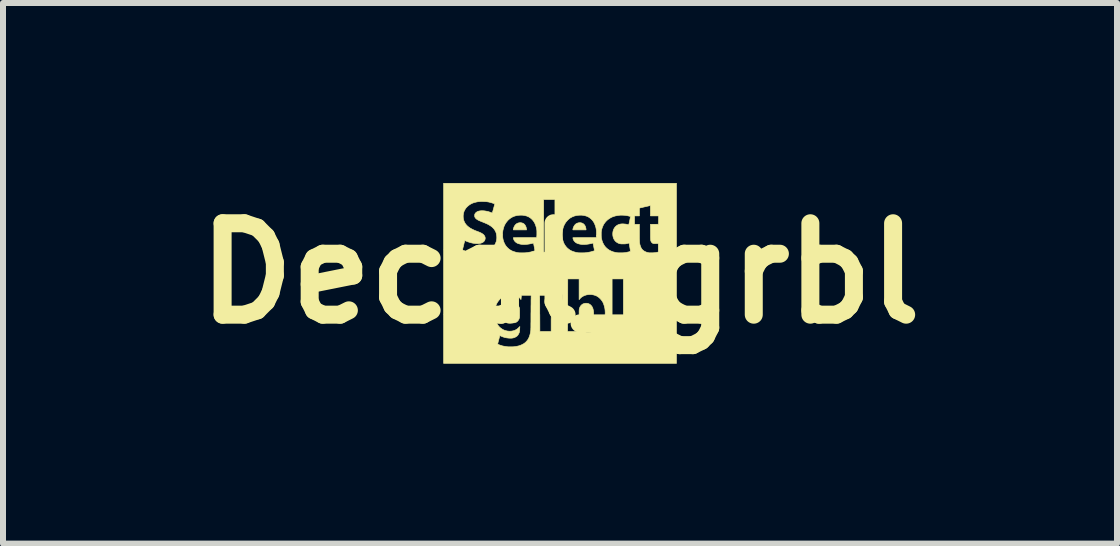
<source format=kicad_pcb>
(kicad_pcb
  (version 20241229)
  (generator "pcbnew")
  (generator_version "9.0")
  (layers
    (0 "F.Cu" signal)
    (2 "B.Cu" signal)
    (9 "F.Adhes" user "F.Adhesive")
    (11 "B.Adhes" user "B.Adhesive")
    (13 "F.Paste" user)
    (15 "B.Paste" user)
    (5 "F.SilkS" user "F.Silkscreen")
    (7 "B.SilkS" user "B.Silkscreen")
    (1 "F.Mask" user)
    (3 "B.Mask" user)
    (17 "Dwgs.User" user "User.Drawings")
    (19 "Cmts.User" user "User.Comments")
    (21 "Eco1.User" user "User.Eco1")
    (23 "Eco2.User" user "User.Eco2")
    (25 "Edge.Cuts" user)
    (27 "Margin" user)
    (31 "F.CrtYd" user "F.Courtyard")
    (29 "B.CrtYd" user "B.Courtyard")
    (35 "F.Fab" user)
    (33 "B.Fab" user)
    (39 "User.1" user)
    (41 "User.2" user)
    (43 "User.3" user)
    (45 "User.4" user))
  (footprint "Decal_grbl"
    (layer "F.Cu")
    (at 6.285 1.506)
    (property "Reference" "Decal_grbl" (at 0 0 0) (layer "F.SilkS") (effects (font (size 1.524 1.524) (thickness 0.3))))
    (attr through_hole)
    (fp_poly (pts (xy -0.647 -0.843) (xy -0.627 -0.838) (xy -0.609 -0.83) (xy -0.594 -0.818) (xy -0.582 -0.803) (xy -0.572 -0.785) (xy -0.564 -0.764) (xy -0.56 -0.74) (xy -0.56 -0.738) (xy -0.558 -0.724) (xy -0.779 -0.724) (xy -0.779 -0.729) (xy -0.778 -0.737) (xy -0.776 -0.747) (xy -0.772 -0.759) (xy -0.768 -0.77) (xy -0.763 -0.781) (xy -0.762 -0.783) (xy -0.75 -0.802) (xy -0.735 -0.818) (xy -0.719 -0.83) (xy -0.7 -0.838) (xy -0.68 -0.843) (xy -0.658 -0.844) (xy -0.647 -0.843)) (stroke (width 0.01) (type solid)) (fill yes) (layer "F.SilkS"))
    (fp_poly (pts (xy 0.346 -0.843) (xy 0.366 -0.838) (xy 0.383 -0.83) (xy 0.398 -0.818) (xy 0.411 -0.803) (xy 0.421 -0.785) (xy 0.428 -0.764) (xy 0.433 -0.74) (xy 0.433 -0.738) (xy 0.434 -0.724) (xy 0.214 -0.724) (xy 0.214 -0.729) (xy 0.215 -0.737) (xy 0.217 -0.747) (xy 0.221 -0.759) (xy 0.225 -0.77) (xy 0.23 -0.781) (xy 0.231 -0.783) (xy 0.243 -0.802) (xy 0.257 -0.818) (xy 0.274 -0.83) (xy 0.293 -0.838) (xy 0.313 -0.843) (xy 0.334 -0.844) (xy 0.346 -0.843)) (stroke (width 0.01) (type solid)) (fill yes) (layer "F.SilkS"))
    (fp_poly (pts (xy 0.456 0.501) (xy 0.465 0.502) (xy 0.485 0.51) (xy 0.503 0.521) (xy 0.519 0.536) (xy 0.532 0.553) (xy 0.539 0.565) (xy 0.549 0.59) (xy 0.556 0.618) (xy 0.56 0.647) (xy 0.56 0.677) (xy 0.56 0.681) (xy 0.557 0.711) (xy 0.551 0.738) (xy 0.542 0.762) (xy 0.531 0.782) (xy 0.517 0.799) (xy 0.501 0.813) (xy 0.482 0.824) (xy 0.468 0.829) (xy 0.455 0.831) (xy 0.44 0.833) (xy 0.424 0.833) (xy 0.411 0.832) (xy 0.407 0.831) (xy 0.387 0.824) (xy 0.369 0.814) (xy 0.353 0.8) (xy 0.339 0.784) (xy 0.328 0.764) (xy 0.322 0.749) (xy 0.321 0.744) (xy 0.32 0.734) (xy 0.319 0.722) (xy 0.318 0.708) (xy 0.318 0.692) (xy 0.318 0.675) (xy 0.318 0.658) (xy 0.318 0.642) (xy 0.318 0.627) (xy 0.319 0.614) (xy 0.32 0.603) (xy 0.32 0.598) (xy 0.326 0.577) (xy 0.335 0.557) (xy 0.347 0.539) (xy 0.362 0.524) (xy 0.379 0.512) (xy 0.399 0.504) (xy 0.4 0.504) (xy 0.412 0.501) (xy 0.427 0.499) (xy 0.442 0.499) (xy 0.456 0.501)) (stroke (width 0.01) (type solid)) (fill yes) (layer "F.SilkS"))
    (fp_poly (pts (xy -0.753 0.499) (xy -0.735 0.505) (xy -0.718 0.515) (xy -0.704 0.528) (xy -0.691 0.545) (xy -0.682 0.564) (xy -0.678 0.575) (xy -0.677 0.579) (xy -0.676 0.583) (xy -0.675 0.588) (xy -0.675 0.594) (xy -0.675 0.602) (xy -0.674 0.613) (xy -0.674 0.626) (xy -0.674 0.643) (xy -0.674 0.66) (xy -0.674 0.68) (xy -0.674 0.697) (xy -0.674 0.71) (xy -0.675 0.72) (xy -0.675 0.728) (xy -0.676 0.734) (xy -0.676 0.739) (xy -0.677 0.743) (xy -0.678 0.746) (xy -0.687 0.768) (xy -0.698 0.786) (xy -0.711 0.801) (xy -0.727 0.813) (xy -0.745 0.821) (xy -0.765 0.825) (xy -0.786 0.826) (xy -0.794 0.825) (xy -0.814 0.821) (xy -0.833 0.813) (xy -0.85 0.801) (xy -0.865 0.786) (xy -0.877 0.767) (xy -0.888 0.745) (xy -0.895 0.72) (xy -0.898 0.71) (xy -0.899 0.699) (xy -0.9 0.686) (xy -0.9 0.67) (xy -0.9 0.654) (xy -0.899 0.638) (xy -0.898 0.623) (xy -0.896 0.612) (xy -0.889 0.586) (xy -0.879 0.563) (xy -0.867 0.543) (xy -0.853 0.527) (xy -0.836 0.513) (xy -0.818 0.504) (xy -0.798 0.498) (xy -0.793 0.497) (xy -0.773 0.496) (xy -0.753 0.499)) (stroke (width 0.01) (type solid)) (fill yes) (layer "F.SilkS"))
    (fp_poly (pts (xy 1.941 1.501) (xy -1.941 1.501) (xy -1.941 0.668) (xy -1.091 0.668) (xy -1.091 0.687) (xy -1.09 0.704) (xy -1.089 0.719) (xy -1.088 0.727) (xy -1.081 0.764) (xy -1.07 0.798) (xy -1.056 0.829) (xy -1.039 0.858) (xy -1.02 0.883) (xy -1.014 0.89) (xy -0.99 0.912) (xy -0.964 0.93) (xy -0.937 0.945) (xy -0.908 0.955) (xy -0.877 0.962) (xy -0.844 0.965) (xy -0.835 0.965) (xy -0.805 0.963) (xy -0.776 0.957) (xy -0.75 0.948) (xy -0.725 0.935) (xy -0.702 0.918) (xy -0.687 0.903) (xy -0.67 0.886) (xy -0.672 0.924) (xy -0.672 0.942) (xy -0.673 0.956) (xy -0.675 0.969) (xy -0.677 0.979) (xy -0.681 0.99) (xy -0.685 1) (xy -0.689 1.007) (xy -0.7 1.027) (xy -0.715 1.044) (xy -0.733 1.057) (xy -0.754 1.068) (xy -0.764 1.072) (xy -0.786 1.078) (xy -0.811 1.081) (xy -0.837 1.081) (xy -0.865 1.079) (xy -0.894 1.075) (xy -0.923 1.069) (xy -0.951 1.06) (xy -0.978 1.049) (xy -0.984 1.047) (xy -1.003 1.037) (xy -1.005 1.045) (xy -1.013 1.075) (xy -1.02 1.101) (xy -1.026 1.124) (xy -1.031 1.142) (xy -1.034 1.157) (xy -1.037 1.168) (xy -1.039 1.175) (xy -1.039 1.178) (xy -1.039 1.178) (xy -1.037 1.18) (xy -1.032 1.184) (xy -1.024 1.188) (xy -1.013 1.192) (xy -1 1.197) (xy -0.987 1.201) (xy -0.972 1.206) (xy -0.958 1.21) (xy -0.955 1.211) (xy -0.939 1.214) (xy -0.921 1.217) (xy -0.902 1.22) (xy -0.884 1.223) (xy -0.872 1.224) (xy -0.864 1.225) (xy -0.852 1.225) (xy -0.838 1.225) (xy -0.823 1.225) (xy -0.807 1.225) (xy -0.792 1.225) (xy -0.779 1.224) (xy -0.768 1.224) (xy -0.765 1.223) (xy -0.729 1.218) (xy -0.695 1.211) (xy -0.662 1.201) (xy -0.633 1.188) (xy -0.606 1.174) (xy -0.604 1.172) (xy -0.58 1.155) (xy -0.559 1.134) (xy -0.541 1.112) (xy -0.525 1.086) (xy -0.512 1.057) (xy -0.502 1.025) (xy -0.493 0.99) (xy -0.491 0.974) (xy -0.49 0.97) (xy -0.49 0.969) (xy 0.125 0.969) (xy 0.205 0.969) (xy 0.285 0.968) (xy 0.288 0.927) (xy 0.289 0.915) (xy 0.29 0.904) (xy 0.291 0.895) (xy 0.292 0.888) (xy 0.293 0.886) (xy 0.293 0.886) (xy 0.294 0.887) (xy 0.297 0.891) (xy 0.301 0.896) (xy 0.317 0.917) (xy 0.337 0.935) (xy 0.358 0.951) (xy 0.382 0.964) (xy 0.405 0.973) (xy 0.419 0.976) (xy 0.432 0.979) (xy 0.445 0.981) (xy 0.459 0.981) (xy 0.476 0.981) (xy 0.482 0.981) (xy 0.5 0.98) (xy 0.515 0.979) (xy 0.528 0.977) (xy 0.534 0.976) (xy 0.566 0.966) (xy 0.596 0.953) (xy 0.624 0.936) (xy 0.65 0.916) (xy 0.673 0.893) (xy 0.694 0.866) (xy 0.712 0.837) (xy 0.716 0.828) (xy 0.73 0.797) (xy 0.74 0.762) (xy 0.748 0.726) (xy 0.752 0.689) (xy 0.753 0.652) (xy 0.751 0.615) (xy 0.746 0.578) (xy 0.737 0.543) (xy 0.726 0.509) (xy 0.719 0.492) (xy 0.706 0.468) (xy 0.689 0.445) (xy 0.671 0.424) (xy 0.651 0.406) (xy 0.638 0.395) (xy 0.612 0.379) (xy 0.584 0.367) (xy 0.555 0.359) (xy 0.523 0.354) (xy 0.502 0.353) (xy 0.469 0.355) (xy 0.439 0.36) (xy 0.411 0.369) (xy 0.385 0.381) (xy 0.361 0.396) (xy 0.339 0.415) (xy 0.335 0.42) (xy 0.318 0.439) (xy 0.318 0.093) (xy 0.868 0.093) (xy 0.868 0.969) (xy 1.056 0.969) (xy 1.056 0.093) (xy 0.868 0.093) (xy 0.318 0.093) (xy 0.129 0.093) (xy 0.128 0.514) (xy 0.128 0.556) (xy 0.128 0.597) (xy 0.128 0.637) (xy 0.128 0.676) (xy 0.128 0.713) (xy 0.127 0.748) (xy 0.127 0.781) (xy 0.127 0.812) (xy 0.127 0.84) (xy 0.127 0.866) (xy 0.127 0.888) (xy 0.126 0.908) (xy 0.126 0.924) (xy 0.126 0.937) (xy 0.126 0.946) (xy 0.126 0.951) (xy 0.126 0.952) (xy 0.125 0.969) (xy -0.49 0.969) (xy -0.489 0.965) (xy -0.489 0.961) (xy -0.488 0.956) (xy -0.488 0.951) (xy -0.488 0.945) (xy -0.487 0.937) (xy -0.487 0.928) (xy -0.487 0.918) (xy -0.486 0.906) (xy -0.486 0.892) (xy -0.486 0.875) (xy -0.486 0.856) (xy -0.486 0.834) (xy -0.485 0.809) (xy -0.485 0.781) (xy -0.485 0.749) (xy -0.485 0.714) (xy -0.485 0.674) (xy -0.485 0.673) (xy -0.484 0.639) (xy -0.484 0.606) (xy -0.484 0.574) (xy -0.484 0.544) (xy -0.483 0.516) (xy -0.483 0.489) (xy -0.483 0.465) (xy -0.483 0.443) (xy -0.482 0.425) (xy -0.482 0.409) (xy -0.482 0.397) (xy -0.482 0.388) (xy -0.481 0.384) (xy -0.481 0.384) (xy -0.48 0.366) (xy -0.341 0.366) (xy -0.34 0.386) (xy -0.34 0.39) (xy -0.34 0.399) (xy -0.339 0.411) (xy -0.339 0.426) (xy -0.339 0.445) (xy -0.339 0.467) (xy -0.339 0.491) (xy -0.338 0.518) (xy -0.338 0.546) (xy -0.338 0.577) (xy -0.338 0.609) (xy -0.338 0.642) (xy -0.338 0.677) (xy -0.337 0.687) (xy -0.336 0.969) (xy -0.148 0.969) (xy -0.148 0.8) (xy -0.148 0.768) (xy -0.147 0.74) (xy -0.147 0.716) (xy -0.147 0.695) (xy -0.147 0.677) (xy -0.147 0.662) (xy -0.146 0.65) (xy -0.146 0.639) (xy -0.145 0.631) (xy -0.144 0.624) (xy -0.143 0.618) (xy -0.142 0.613) (xy -0.141 0.609) (xy -0.139 0.605) (xy -0.137 0.601) (xy -0.135 0.597) (xy -0.134 0.594) (xy -0.123 0.575) (xy -0.108 0.56) (xy -0.091 0.547) (xy -0.071 0.538) (xy -0.049 0.532) (xy -0.024 0.529) (xy 0.004 0.529) (xy 0.007 0.53) (xy 0.017 0.53) (xy 0.025 0.531) (xy 0.03 0.532) (xy 0.033 0.532) (xy 0.033 0.531) (xy 0.034 0.526) (xy 0.034 0.518) (xy 0.035 0.507) (xy 0.035 0.492) (xy 0.035 0.473) (xy 0.035 0.451) (xy 0.035 0.444) (xy 0.036 0.356) (xy 0.029 0.355) (xy 0.024 0.354) (xy 0.017 0.354) (xy 0.007 0.354) (xy 0.000264 0.353) (xy -0.027 0.356) (xy -0.053 0.361) (xy -0.077 0.371) (xy -0.099 0.385) (xy -0.12 0.401) (xy -0.138 0.422) (xy -0.153 0.445) (xy -0.161 0.46) (xy -0.165 0.468) (xy -0.168 0.474) (xy -0.171 0.477) (xy -0.172 0.477) (xy -0.173 0.475) (xy -0.173 0.469) (xy -0.174 0.467) (xy -0.174 0.462) (xy -0.174 0.454) (xy -0.174 0.443) (xy -0.175 0.431) (xy -0.176 0.417) (xy -0.176 0.412) (xy -0.179 0.366) (xy -0.341 0.366) (xy -0.48 0.366) (xy -0.643 0.366) (xy -0.644 0.375) (xy -0.645 0.381) (xy -0.646 0.39) (xy -0.647 0.4) (xy -0.648 0.411) (xy -0.649 0.421) (xy -0.65 0.429) (xy -0.65 0.435) (xy -0.651 0.438) (xy -0.651 0.438) (xy -0.652 0.437) (xy -0.655 0.433) (xy -0.658 0.428) (xy -0.673 0.411) (xy -0.69 0.395) (xy -0.71 0.381) (xy -0.731 0.37) (xy -0.735 0.368) (xy -0.748 0.364) (xy -0.758 0.36) (xy -0.769 0.358) (xy -0.779 0.356) (xy -0.791 0.355) (xy -0.806 0.355) (xy -0.819 0.355) (xy -0.834 0.355) (xy -0.845 0.355) (xy -0.854 0.356) (xy -0.861 0.356) (xy -0.868 0.358) (xy -0.875 0.359) (xy -0.879 0.36) (xy -0.91 0.37) (xy -0.938 0.383) (xy -0.964 0.399) (xy -0.989 0.418) (xy -1 0.429) (xy -1.023 0.455) (xy -1.043 0.483) (xy -1.06 0.514) (xy -1.073 0.548) (xy -1.083 0.585) (xy -1.086 0.601) (xy -1.088 0.614) (xy -1.09 0.631) (xy -1.091 0.649) (xy -1.091 0.668) (xy -1.941 0.668) (xy -1.941 -0.39) (xy -1.625 -0.39) (xy -1.623 -0.389) (xy -1.618 -0.387) (xy -1.612 -0.384) (xy -1.586 -0.374) (xy -1.559 -0.365) (xy -1.529 -0.357) (xy -1.496 -0.35) (xy -1.46 -0.345) (xy -1.439 -0.342) (xy -1.432 -0.342) (xy -1.422 -0.341) (xy -1.408 -0.341) (xy -1.393 -0.342) (xy -1.377 -0.342) (xy -1.361 -0.342) (xy -1.345 -0.343) (xy -1.331 -0.344) (xy -1.319 -0.345) (xy -1.31 -0.346) (xy -1.307 -0.346) (xy -1.268 -0.354) (xy -1.232 -0.365) (xy -1.199 -0.378) (xy -1.169 -0.394) (xy -1.142 -0.413) (xy -1.119 -0.434) (xy -1.1 -0.455) (xy -1.091 -0.468) (xy -1.082 -0.485) (xy -1.074 -0.503) (xy -1.067 -0.52) (xy -1.061 -0.537) (xy -1.057 -0.561) (xy -1.054 -0.588) (xy -1.055 -0.615) (xy -1.057 -0.64) (xy -0.958 -0.64) (xy -0.956 -0.605) (xy -0.951 -0.571) (xy -0.942 -0.537) (xy -0.93 -0.506) (xy -0.915 -0.477) (xy -0.909 -0.467) (xy -0.892 -0.444) (xy -0.871 -0.422) (xy -0.848 -0.402) (xy -0.823 -0.385) (xy -0.806 -0.376) (xy -0.78 -0.365) (xy -0.751 -0.356) (xy -0.722 -0.348) (xy -0.692 -0.343) (xy -0.69 -0.343) (xy -0.679 -0.342) (xy -0.666 -0.342) (xy -0.65 -0.341) (xy -0.632 -0.341) (xy -0.615 -0.341) (xy -0.598 -0.342) (xy -0.584 -0.342) (xy -0.573 -0.343) (xy -0.544 -0.346) (xy -0.516 -0.351) (xy -0.488 -0.356) (xy -0.462 -0.363) (xy -0.439 -0.37) (xy -0.431 -0.372) (xy -0.424 -0.375) (xy -0.42 -0.378) (xy -0.419 -0.381) (xy -0.419 -0.382) (xy -0.42 -0.385) (xy -0.421 -0.392) (xy -0.422 -0.401) (xy -0.425 -0.414) (xy -0.427 -0.428) (xy -0.43 -0.443) (xy -0.431 -0.446) (xy -0.434 -0.461) (xy -0.436 -0.475) (xy -0.439 -0.486) (xy -0.441 -0.496) (xy -0.442 -0.502) (xy -0.442 -0.505) (xy -0.442 -0.505) (xy -0.444 -0.505) (xy -0.449 -0.503) (xy -0.457 -0.501) (xy -0.463 -0.499) (xy -0.487 -0.494) (xy -0.512 -0.489) (xy -0.539 -0.485) (xy -0.565 -0.482) (xy -0.591 -0.481) (xy -0.615 -0.481) (xy -0.634 -0.482) (xy -0.664 -0.487) (xy -0.69 -0.494) (xy -0.714 -0.503) (xy -0.733 -0.515) (xy -0.75 -0.53) (xy -0.763 -0.547) (xy -0.768 -0.556) (xy -0.771 -0.562) (xy -0.773 -0.57) (xy -0.776 -0.579) (xy -0.778 -0.587) (xy -0.779 -0.592) (xy -0.779 -0.593) (xy -0.777 -0.593) (xy -0.771 -0.594) (xy -0.761 -0.594) (xy -0.748 -0.594) (xy -0.732 -0.594) (xy -0.713 -0.595) (xy -0.692 -0.595) (xy -0.669 -0.595) (xy -0.643 -0.595) (xy -0.617 -0.595) (xy -0.588 -0.595) (xy -0.585 -0.595) (xy -0.391 -0.596) (xy -0.389 -0.603) (xy -0.388 -0.608) (xy -0.388 -0.615) (xy -0.387 -0.626) (xy -0.386 -0.638) (xy -0.386 -0.652) (xy -0.386 -0.654) (xy -0.386 -0.677) (xy -0.386 -0.698) (xy -0.387 -0.717) (xy -0.389 -0.734) (xy -0.393 -0.752) (xy -0.396 -0.766) (xy -0.407 -0.801) (xy -0.42 -0.833) (xy -0.436 -0.861) (xy -0.455 -0.886) (xy -0.476 -0.908) (xy -0.5 -0.927) (xy -0.527 -0.943) (xy -0.556 -0.955) (xy -0.588 -0.963) (xy -0.613 -0.967) (xy -0.628 -0.969) (xy -0.646 -0.969) (xy -0.665 -0.969) (xy -0.684 -0.968) (xy -0.703 -0.966) (xy -0.718 -0.964) (xy -0.722 -0.963) (xy -0.757 -0.954) (xy -0.789 -0.941) (xy -0.818 -0.925) (xy -0.845 -0.905) (xy -0.87 -0.882) (xy -0.892 -0.855) (xy -0.904 -0.839) (xy -0.921 -0.81) (xy -0.935 -0.778) (xy -0.945 -0.745) (xy -0.953 -0.71) (xy -0.957 -0.675) (xy -0.958 -0.64) (xy -1.057 -0.64) (xy -1.057 -0.641) (xy -1.063 -0.665) (xy -1.064 -0.67) (xy -1.073 -0.694) (xy -1.085 -0.716) (xy -1.099 -0.737) (xy -1.116 -0.756) (xy -1.136 -0.775) (xy -1.16 -0.792) (xy -1.187 -0.809) (xy -1.218 -0.825) (xy -1.253 -0.84) (xy -1.28 -0.851) (xy -1.308 -0.862) (xy -1.332 -0.872) (xy -1.353 -0.881) (xy -1.37 -0.89) (xy -1.384 -0.899) (xy -1.396 -0.907) (xy -1.405 -0.916) (xy -1.412 -0.925) (xy -1.417 -0.933) (xy -1.421 -0.941) (xy -1.422 -0.947) (xy -1.423 -0.955) (xy -1.423 -0.962) (xy -1.423 -0.972) (xy -1.422 -0.979) (xy -1.42 -0.986) (xy -1.418 -0.991) (xy -1.409 -1.005) (xy -1.396 -1.017) (xy -1.381 -1.027) (xy -1.362 -1.035) (xy -1.34 -1.04) (xy -1.315 -1.043) (xy -1.288 -1.043) (xy -1.268 -1.042) (xy -1.24 -1.038) (xy -1.214 -1.033) (xy -1.189 -1.027) (xy -1.164 -1.018) (xy -1.152 -1.014) (xy -1.143 -1.01) (xy -1.136 -1.008) (xy -1.131 -1.006) (xy -1.129 -1.006) (xy -1.128 -1.008) (xy -1.127 -1.014) (xy -1.124 -1.023) (xy -1.121 -1.034) (xy -1.117 -1.047) (xy -1.113 -1.061) (xy -1.109 -1.076) (xy -1.105 -1.091) (xy -1.101 -1.106) (xy -1.097 -1.12) (xy -1.094 -1.133) (xy -1.091 -1.143) (xy -1.09 -1.151) (xy -1.088 -1.156) (xy -1.088 -1.157) (xy -1.091 -1.159) (xy -1.098 -1.161) (xy -1.107 -1.165) (xy -1.117 -1.168) (xy -1.129 -1.172) (xy -1.141 -1.176) (xy -1.152 -1.179) (xy -1.162 -1.182) (xy -1.163 -1.182) (xy -1.186 -1.188) (xy -1.209 -1.192) (xy -1.231 -1.195) (xy -1.256 -1.196) (xy -1.282 -1.197) (xy -1.313 -1.198) (xy -1.341 -1.196) (xy -1.367 -1.194) (xy -1.392 -1.189) (xy -1.417 -1.183) (xy -1.433 -1.179) (xy -1.465 -1.167) (xy -1.494 -1.152) (xy -1.52 -1.134) (xy -1.544 -1.114) (xy -1.565 -1.092) (xy -1.582 -1.067) (xy -1.596 -1.041) (xy -1.602 -1.026) (xy -1.61 -0.996) (xy -1.614 -0.966) (xy -1.614 -0.937) (xy -1.611 -0.908) (xy -1.605 -0.884) (xy -1.595 -0.858) (xy -1.582 -0.834) (xy -1.565 -0.811) (xy -1.545 -0.79) (xy -1.521 -0.77) (xy -1.493 -0.751) (xy -1.461 -0.734) (xy -1.426 -0.717) (xy -1.393 -0.704) (xy -1.368 -0.695) (xy -1.348 -0.687) (xy -1.33 -0.679) (xy -1.315 -0.672) (xy -1.303 -0.665) (xy -1.292 -0.658) (xy -1.282 -0.651) (xy -1.274 -0.644) (xy -1.262 -0.63) (xy -1.253 -0.614) (xy -1.248 -0.597) (xy -1.247 -0.58) (xy -1.25 -0.565) (xy -1.256 -0.549) (xy -1.266 -0.534) (xy -1.279 -0.522) (xy -1.295 -0.512) (xy -1.315 -0.504) (xy -1.337 -0.499) (xy -1.362 -0.496) (xy -1.39 -0.496) (xy -1.409 -0.497) (xy -1.45 -0.502) (xy -1.491 -0.511) (xy -1.531 -0.524) (xy -1.565 -0.537) (xy -1.574 -0.541) (xy -1.581 -0.543) (xy -1.586 -0.545) (xy -1.588 -0.545) (xy -1.588 -0.542) (xy -1.59 -0.536) (xy -1.592 -0.527) (xy -1.595 -0.516) (xy -1.599 -0.503) (xy -1.602 -0.488) (xy -1.606 -0.473) (xy -1.61 -0.458) (xy -1.613 -0.443) (xy -1.617 -0.429) (xy -1.62 -0.416) (xy -1.622 -0.405) (xy -1.624 -0.397) (xy -1.625 -0.392) (xy -1.625 -0.39) (xy -1.941 -0.39) (xy -1.941 -1.23) (xy -0.273 -1.23) (xy -0.273 -0.353) (xy -0.085 -0.353) (xy -0.085 -0.64) (xy 0.035 -0.64) (xy 0.037 -0.605) (xy 0.042 -0.571) (xy 0.051 -0.537) (xy 0.062 -0.506) (xy 0.077 -0.477) (xy 0.084 -0.467) (xy 0.101 -0.444) (xy 0.121 -0.422) (xy 0.145 -0.402) (xy 0.169 -0.385) (xy 0.187 -0.376) (xy 0.213 -0.365) (xy 0.241 -0.356) (xy 0.271 -0.348) (xy 0.301 -0.343) (xy 0.303 -0.343) (xy 0.313 -0.342) (xy 0.327 -0.342) (xy 0.343 -0.341) (xy 0.36 -0.341) (xy 0.378 -0.341) (xy 0.394 -0.342) (xy 0.409 -0.342) (xy 0.42 -0.343) (xy 0.449 -0.346) (xy 0.477 -0.351) (xy 0.505 -0.356) (xy 0.53 -0.363) (xy 0.553 -0.37) (xy 0.561 -0.372) (xy 0.568 -0.375) (xy 0.572 -0.378) (xy 0.574 -0.381) (xy 0.574 -0.382) (xy 0.573 -0.385) (xy 0.572 -0.392) (xy 0.57 -0.401) (xy 0.568 -0.414) (xy 0.565 -0.428) (xy 0.562 -0.443) (xy 0.562 -0.446) (xy 0.559 -0.461) (xy 0.556 -0.475) (xy 0.554 -0.486) (xy 0.552 -0.496) (xy 0.551 -0.502) (xy 0.55 -0.505) (xy 0.55 -0.505) (xy 0.548 -0.505) (xy 0.543 -0.503) (xy 0.536 -0.501) (xy 0.529 -0.499) (xy 0.506 -0.494) (xy 0.481 -0.489) (xy 0.454 -0.485) (xy 0.427 -0.482) (xy 0.401 -0.481) (xy 0.377 -0.481) (xy 0.358 -0.482) (xy 0.329 -0.487) (xy 0.302 -0.494) (xy 0.279 -0.503) (xy 0.259 -0.515) (xy 0.243 -0.53) (xy 0.23 -0.547) (xy 0.225 -0.556) (xy 0.222 -0.562) (xy 0.219 -0.57) (xy 0.217 -0.579) (xy 0.215 -0.587) (xy 0.214 -0.592) (xy 0.214 -0.593) (xy 0.216 -0.593) (xy 0.222 -0.594) (xy 0.232 -0.594) (xy 0.245 -0.594) (xy 0.261 -0.594) (xy 0.279 -0.595) (xy 0.301 -0.595) (xy 0.324 -0.595) (xy 0.349 -0.595) (xy 0.376 -0.595) (xy 0.404 -0.595) (xy 0.408 -0.595) (xy 0.602 -0.596) (xy 0.604 -0.603) (xy 0.604 -0.608) (xy 0.605 -0.615) (xy 0.606 -0.626) (xy 0.606 -0.638) (xy 0.607 -0.649) (xy 0.687 -0.649) (xy 0.687 -0.632) (xy 0.687 -0.619) (xy 0.688 -0.609) (xy 0.688 -0.6) (xy 0.689 -0.592) (xy 0.691 -0.584) (xy 0.692 -0.578) (xy 0.701 -0.542) (xy 0.713 -0.509) (xy 0.729 -0.479) (xy 0.747 -0.451) (xy 0.769 -0.427) (xy 0.794 -0.405) (xy 0.822 -0.386) (xy 0.852 -0.371) (xy 0.885 -0.358) (xy 0.922 -0.349) (xy 0.948 -0.344) (xy 0.959 -0.343) (xy 0.973 -0.342) (xy 0.99 -0.342) (xy 1.007 -0.342) (xy 1.026 -0.342) (xy 1.044 -0.342) (xy 1.061 -0.343) (xy 1.076 -0.344) (xy 1.088 -0.346) (xy 1.089 -0.346) (xy 1.104 -0.348) (xy 1.119 -0.352) (xy 1.134 -0.355) (xy 1.148 -0.358) (xy 1.159 -0.362) (xy 1.168 -0.365) (xy 1.171 -0.366) (xy 1.172 -0.367) (xy 1.172 -0.369) (xy 1.172 -0.372) (xy 1.172 -0.377) (xy 1.171 -0.384) (xy 1.17 -0.394) (xy 1.168 -0.407) (xy 1.165 -0.423) (xy 1.163 -0.436) (xy 1.16 -0.452) (xy 1.158 -0.467) (xy 1.156 -0.481) (xy 1.154 -0.491) (xy 1.152 -0.499) (xy 1.151 -0.504) (xy 1.151 -0.505) (xy 1.149 -0.505) (xy 1.144 -0.503) (xy 1.136 -0.501) (xy 1.132 -0.5) (xy 1.11 -0.495) (xy 1.088 -0.491) (xy 1.065 -0.49) (xy 1.04 -0.49) (xy 1.039 -0.49) (xy 1.022 -0.49) (xy 1.009 -0.492) (xy 0.997 -0.494) (xy 0.986 -0.497) (xy 0.975 -0.501) (xy 0.964 -0.506) (xy 0.943 -0.519) (xy 0.924 -0.534) (xy 0.909 -0.553) (xy 0.896 -0.574) (xy 0.887 -0.598) (xy 0.881 -0.624) (xy 0.879 -0.643) (xy 0.879 -0.672) (xy 0.883 -0.699) (xy 0.89 -0.724) (xy 0.901 -0.747) (xy 0.915 -0.768) (xy 0.927 -0.781) (xy 0.946 -0.797) (xy 0.967 -0.809) (xy 0.991 -0.818) (xy 0.996 -0.819) (xy 1.012 -0.822) (xy 1.032 -0.824) (xy 1.053 -0.824) (xy 1.075 -0.822) (xy 1.096 -0.82) (xy 1.116 -0.816) (xy 1.129 -0.812) (xy 1.136 -0.81) (xy 1.142 -0.808) (xy 1.145 -0.808) (xy 1.145 -0.808) (xy 1.146 -0.81) (xy 1.147 -0.816) (xy 1.149 -0.825) (xy 1.152 -0.836) (xy 1.155 -0.849) (xy 1.158 -0.863) (xy 1.161 -0.878) (xy 1.164 -0.892) (xy 1.167 -0.906) (xy 1.169 -0.919) (xy 1.171 -0.93) (xy 1.173 -0.938) (xy 1.174 -0.944) (xy 1.174 -0.945) (xy 1.172 -0.947) (xy 1.166 -0.949) (xy 1.159 -0.952) (xy 1.157 -0.952) (xy 1.138 -0.957) (xy 1.242 -0.957) (xy 1.242 -0.817) (xy 1.323 -0.817) (xy 1.323 -0.678) (xy 1.323 -0.648) (xy 1.323 -0.621) (xy 1.323 -0.598) (xy 1.323 -0.577) (xy 1.324 -0.56) (xy 1.324 -0.545) (xy 1.325 -0.532) (xy 1.325 -0.521) (xy 1.326 -0.511) (xy 1.327 -0.502) (xy 1.329 -0.494) (xy 1.33 -0.486) (xy 1.332 -0.478) (xy 1.334 -0.472) (xy 1.342 -0.446) (xy 1.353 -0.422) (xy 1.366 -0.402) (xy 1.383 -0.385) (xy 1.402 -0.371) (xy 1.425 -0.359) (xy 1.442 -0.352) (xy 1.454 -0.349) (xy 1.465 -0.346) (xy 1.475 -0.344) (xy 1.486 -0.342) (xy 1.499 -0.342) (xy 1.514 -0.342) (xy 1.532 -0.342) (xy 1.534 -0.342) (xy 1.548 -0.342) (xy 1.562 -0.343) (xy 1.576 -0.344) (xy 1.587 -0.345) (xy 1.594 -0.346) (xy 1.595 -0.346) (xy 1.605 -0.348) (xy 1.616 -0.35) (xy 1.625 -0.352) (xy 1.625 -0.352) (xy 1.638 -0.356) (xy 1.638 -0.42) (xy 1.638 -0.441) (xy 1.638 -0.458) (xy 1.638 -0.471) (xy 1.638 -0.481) (xy 1.637 -0.489) (xy 1.636 -0.494) (xy 1.635 -0.497) (xy 1.634 -0.498) (xy 1.633 -0.498) (xy 1.632 -0.498) (xy 1.629 -0.498) (xy 1.622 -0.497) (xy 1.613 -0.497) (xy 1.602 -0.496) (xy 1.596 -0.496) (xy 1.582 -0.495) (xy 1.572 -0.495) (xy 1.564 -0.496) (xy 1.558 -0.497) (xy 1.553 -0.498) (xy 1.552 -0.498) (xy 1.54 -0.504) (xy 1.529 -0.514) (xy 1.52 -0.525) (xy 1.52 -0.526) (xy 1.517 -0.531) (xy 1.516 -0.535) (xy 1.514 -0.54) (xy 1.513 -0.544) (xy 1.511 -0.55) (xy 1.511 -0.557) (xy 1.51 -0.565) (xy 1.509 -0.575) (xy 1.509 -0.587) (xy 1.508 -0.602) (xy 1.508 -0.619) (xy 1.508 -0.64) (xy 1.508 -0.665) (xy 1.508 -0.688) (xy 1.507 -0.817) (xy 1.641 -0.818) (xy 1.643 -0.957) (xy 1.507 -0.957) (xy 1.507 -1.043) (xy 1.506 -1.13) (xy 1.415 -1.109) (xy 1.396 -1.105) (xy 1.378 -1.1) (xy 1.362 -1.097) (xy 1.349 -1.094) (xy 1.338 -1.091) (xy 1.329 -1.089) (xy 1.325 -1.088) (xy 1.323 -1.088) (xy 1.323 -1.086) (xy 1.323 -1.08) (xy 1.323 -1.071) (xy 1.323 -1.06) (xy 1.323 -1.046) (xy 1.323 -1.03) (xy 1.323 -1.022) (xy 1.323 -0.957) (xy 1.242 -0.957) (xy 1.138 -0.957) (xy 1.12 -0.961) (xy 1.081 -0.967) (xy 1.041 -0.969) (xy 1.001 -0.969) (xy 0.962 -0.964) (xy 0.924 -0.957) (xy 0.893 -0.948) (xy 0.86 -0.935) (xy 0.83 -0.918) (xy 0.802 -0.899) (xy 0.776 -0.877) (xy 0.769 -0.869) (xy 0.749 -0.846) (xy 0.731 -0.821) (xy 0.717 -0.794) (xy 0.705 -0.765) (xy 0.695 -0.733) (xy 0.692 -0.717) (xy 0.69 -0.709) (xy 0.689 -0.702) (xy 0.688 -0.694) (xy 0.687 -0.684) (xy 0.687 -0.673) (xy 0.687 -0.659) (xy 0.687 -0.649) (xy 0.607 -0.649) (xy 0.607 -0.652) (xy 0.607 -0.654) (xy 0.607 -0.677) (xy 0.607 -0.698) (xy 0.606 -0.717) (xy 0.603 -0.734) (xy 0.6 -0.752) (xy 0.597 -0.766) (xy 0.586 -0.801) (xy 0.573 -0.833) (xy 0.557 -0.861) (xy 0.538 -0.886) (xy 0.516 -0.908) (xy 0.492 -0.927) (xy 0.466 -0.943) (xy 0.436 -0.955) (xy 0.405 -0.963) (xy 0.38 -0.967) (xy 0.365 -0.969) (xy 0.347 -0.969) (xy 0.328 -0.969) (xy 0.308 -0.968) (xy 0.29 -0.966) (xy 0.275 -0.964) (xy 0.271 -0.963) (xy 0.236 -0.954) (xy 0.204 -0.941) (xy 0.174 -0.925) (xy 0.147 -0.905) (xy 0.123 -0.882) (xy 0.1 -0.855) (xy 0.089 -0.839) (xy 0.072 -0.81) (xy 0.058 -0.778) (xy 0.048 -0.745) (xy 0.04 -0.71) (xy 0.036 -0.675) (xy 0.035 -0.64) (xy -0.085 -0.64) (xy -0.085 -1.23) (xy -0.273 -1.23) (xy -1.941 -1.23) (xy -1.941 -1.501) (xy 1.941 -1.501) (xy 1.941 1.501)) (stroke (width 0.01) (type solid)) (fill yes) (layer "F.SilkS")))
  (gr_rect
    (start -3 -3)
    (end 15.569 6.011)
    (stroke (width 0.1) (type default))
    (fill no)
    (layer "Edge.Cuts")))
</source>
